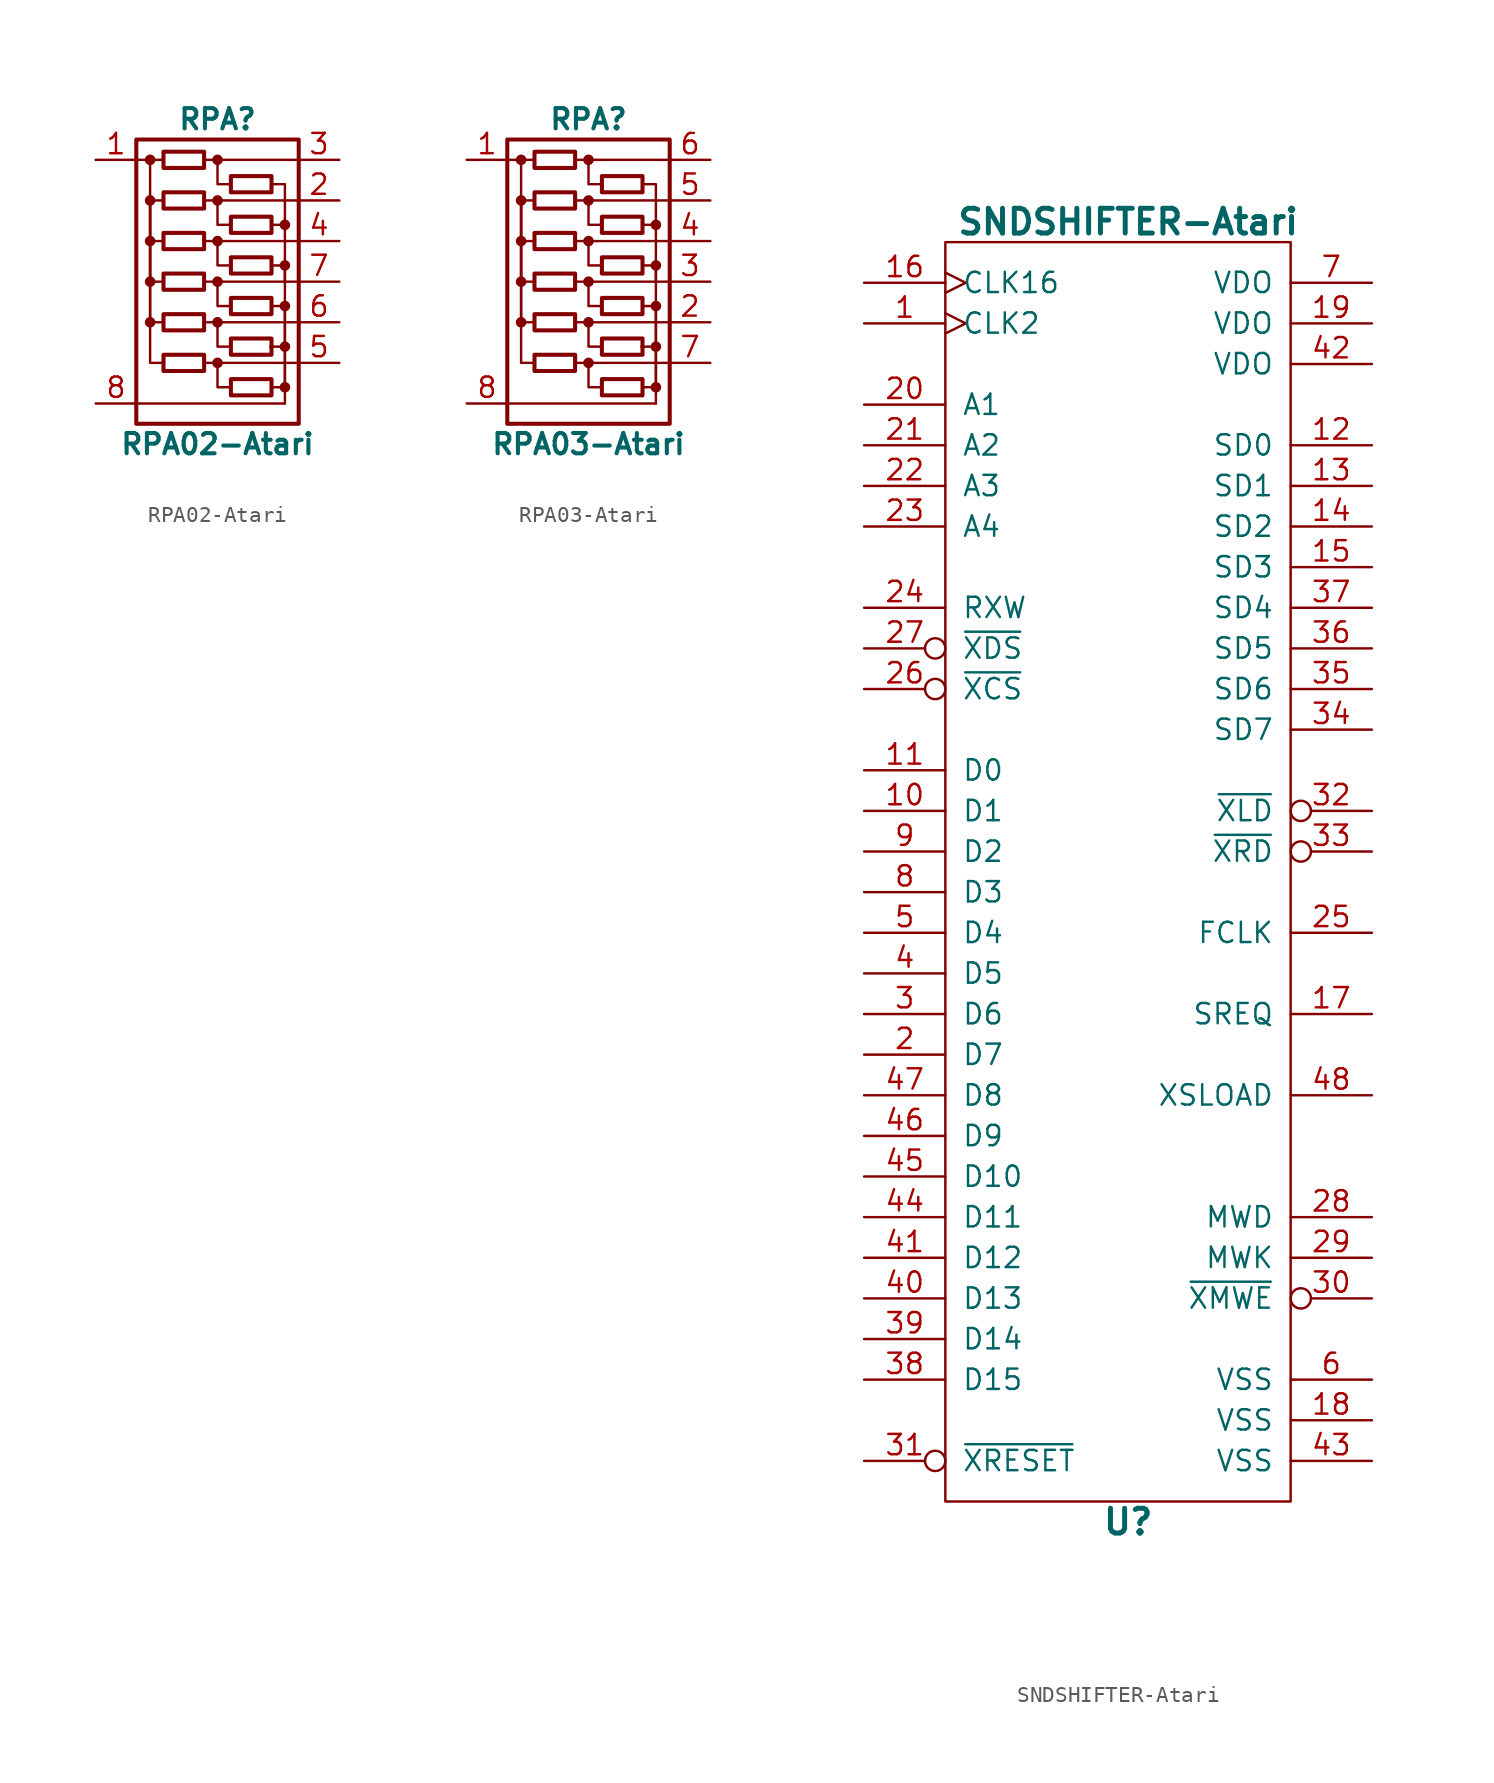
<source format=kicad_sym>
(kicad_symbol_lib
  (version 20231120)
  (generator "kicad_symbol_editor")
  (generator_version "8.0")
  (symbol "RPA02-Atari"
    (pin_names
      (offset 0) hide)
    (property "Reference" "RPA"
      (at 0 10.16 0)
      (effects (font (size 1.27 1.27) (bold yes))))
    (property "Value" "RPA02-Atari"
      (at 0 -10.16 0)
      (effects (font (size 1.27 1.27) (bold yes))))
    (symbol "RPA02-Atari_1_1"
      (circle (center -4.216 -2.54) (radius 0.254) (stroke (width 0) (type solid)) (fill (type outline)))
      (circle (center -4.216 0) (radius 0.254) (stroke (width 0) (type solid)) (fill (type outline)))
      (circle (center -4.216 2.54) (radius 0.254) (stroke (width 0) (type solid)) (fill (type outline)))
      (circle (center -4.216 5.08) (radius 0.254) (stroke (width 0) (type solid)) (fill (type outline)))
      (circle (center -4.216 7.62) (radius 0.254) (stroke (width 0) (type solid)) (fill (type outline)))
      (rectangle (start -3.378 -4.572) (end -0.838 -5.588) (stroke (width 0.254) (type solid)) (fill (type none)))
      (rectangle (start -3.378 -2.032) (end -0.838 -3.048) (stroke (width 0.254) (type solid)) (fill (type none)))
      (rectangle (start -3.378 0.508) (end -0.838 -0.508) (stroke (width 0.254) (type solid)) (fill (type none)))
      (rectangle (start -3.378 3.048) (end -0.838 2.032) (stroke (width 0.254) (type solid)) (fill (type none)))
      (rectangle (start -3.378 5.588) (end -0.838 4.572) (stroke (width 0.254) (type solid)) (fill (type none)))
      (rectangle (start -3.378 8.128) (end -0.838 7.112) (stroke (width 0.254) (type solid)) (fill (type none)))
      (circle (center 0 -5.08) (radius 0.254) (stroke (width 0) (type solid)) (fill (type outline)))
      (circle (center 0 -2.54) (radius 0.254) (stroke (width 0) (type solid)) (fill (type outline)))
      (polyline (pts (xy -5.08 7.62) (xy -3.378 7.62)) (stroke (width 0) (type solid)) (fill (type none)))
      (polyline (pts (xy 3.302 -4.064) (xy 4.318 -4.064)) (stroke (width 0) (type solid)) (fill (type none)))
      (polyline (pts (xy 3.404 3.556) (xy 4.166 3.556)) (stroke (width 0) (type solid)) (fill (type none)))
      (polyline (pts (xy 4.216 -7.62) (xy -5.08 -7.62)) (stroke (width 0) (type solid)) (fill (type none)))
      (polyline (pts (xy 5.08 -5.08) (xy -0.838 -5.08)) (stroke (width 0) (type solid)) (fill (type none)))
      (polyline (pts (xy 5.08 -2.54) (xy -0.838 -2.54)) (stroke (width 0) (type solid)) (fill (type none)))
      (polyline (pts (xy 5.08 0) (xy -0.838 0)) (stroke (width 0) (type solid)) (fill (type none)))
      (polyline (pts (xy 5.08 2.54) (xy -0.838 2.54)) (stroke (width 0) (type solid)) (fill (type none)))
      (polyline (pts (xy 5.08 5.08) (xy -0.838 5.08)) (stroke (width 0) (type solid)) (fill (type none)))
      (polyline (pts (xy 5.08 7.62) (xy -0.838 7.62)) (stroke (width 0) (type solid)) (fill (type none)))
      (polyline (pts (xy -4.216 0) (xy -4.216 -5.08) (xy -3.378 -5.08)) (stroke (width 0) (type solid)) (fill (type none)))
      (polyline (pts (xy -4.216 0) (xy -4.216 5.08) (xy -3.378 5.08)) (stroke (width 0) (type solid)) (fill (type none)))
      (polyline (pts (xy -4.216 2.54) (xy -4.216 -2.54) (xy -3.378 -2.54)) (stroke (width 0) (type solid)) (fill (type none)))
      (polyline (pts (xy -4.216 5.08) (xy -4.216 0) (xy -3.378 0)) (stroke (width 0) (type solid)) (fill (type none)))
      (polyline (pts (xy -4.216 7.62) (xy -4.216 2.54) (xy -3.378 2.54)) (stroke (width 0) (type solid)) (fill (type none)))
      (polyline (pts (xy 0 -5.08) (xy 0 -6.604) (xy 0.838 -6.604)) (stroke (width 0) (type solid)) (fill (type none)))
      (polyline (pts (xy 0 -2.54) (xy 0 -4.064) (xy 0.838 -4.064)) (stroke (width 0) (type solid)) (fill (type none)))
      (polyline (pts (xy 0 0) (xy 0 -1.524) (xy 0.838 -1.524)) (stroke (width 0) (type solid)) (fill (type none)))
      (polyline (pts (xy 0 2.54) (xy 0 1.016) (xy 0.838 1.016)) (stroke (width 0) (type solid)) (fill (type none)))
      (polyline (pts (xy 0 5.08) (xy 0 3.556) (xy 0.838 3.556)) (stroke (width 0) (type solid)) (fill (type none)))
      (polyline (pts (xy 0 7.62) (xy 0 6.096) (xy 0.838 6.096)) (stroke (width 0) (type solid)) (fill (type none)))
      (polyline (pts (xy 3.378 -6.604) (xy 4.216 -6.604) (xy 4.216 4.572)) (stroke (width 0) (type solid)) (fill (type none)))
      (polyline (pts (xy 3.378 -1.524) (xy 4.216 -1.524) (xy 4.216 -7.62)) (stroke (width 0) (type solid)) (fill (type none)))
      (polyline (pts (xy 3.378 1.016) (xy 4.216 1.016) (xy 4.216 0)) (stroke (width 0) (type solid)) (fill (type none)))
      (polyline (pts (xy 3.505 6.096) (xy 4.216 6.096) (xy 4.216 4.623)) (stroke (width 0) (type solid)) (fill (type none)))
      (circle (center 0 0) (radius 0.254) (stroke (width 0) (type solid)) (fill (type outline)))
      (circle (center 0 2.54) (radius 0.254) (stroke (width 0) (type solid)) (fill (type outline)))
      (circle (center 0 5.08) (radius 0.254) (stroke (width 0) (type solid)) (fill (type outline)))
      (circle (center 0 7.62) (radius 0.254) (stroke (width 0) (type solid)) (fill (type outline)))
      (rectangle (start 3.378 -6.096) (end 0.838 -7.112) (stroke (width 0.254) (type solid)) (fill (type none)))
      (rectangle (start 3.378 -3.556) (end 0.838 -4.572) (stroke (width 0.254) (type solid)) (fill (type none)))
      (rectangle (start 3.378 -1.016) (end 0.838 -2.032) (stroke (width 0.254) (type solid)) (fill (type none)))
      (rectangle (start 3.378 1.524) (end 0.838 0.508) (stroke (width 0.254) (type solid)) (fill (type none)))
      (rectangle (start 3.378 4.064) (end 0.838 3.048) (stroke (width 0.254) (type solid)) (fill (type none)))
      (rectangle (start 3.378 6.604) (end 0.838 5.588) (stroke (width 0.254) (type solid)) (fill (type none)))
      (circle (center 4.216 -6.604) (radius 0.254) (stroke (width 0) (type solid)) (fill (type outline)))
      (circle (center 4.216 -4.064) (radius 0.254) (stroke (width 0) (type solid)) (fill (type outline)))
      (circle (center 4.216 -1.524) (radius 0.254) (stroke (width 0) (type solid)) (fill (type outline)))
      (circle (center 4.216 1.016) (radius 0.254) (stroke (width 0) (type solid)) (fill (type outline)))
      (circle (center 4.216 3.556) (radius 0.254) (stroke (width 0) (type solid)) (fill (type outline)))
      (rectangle (start 5.08 8.89) (end -5.08 -8.89) (stroke (width 0.254) (type solid)) (fill (type none)))
      (pin passive line (at -7.62 7.62 0) (length 2.54) (name "COM1" (effects (font (size 1.27 1.27)))) (number "1" (effects (font (size 1.27 1.27)))))
      (pin passive line (at 7.62 5.08 180) (length 2.54) (name "R1" (effects (font (size 1.27 1.27)))) (number "2" (effects (font (size 1.27 1.27)))))
      (pin passive line (at 7.62 7.62 180) (length 2.54) (name "R2" (effects (font (size 1.27 1.27)))) (number "3" (effects (font (size 1.27 1.27)))))
      (pin passive line (at 7.62 2.54 180) (length 2.54) (name "R3" (effects (font (size 1.27 1.27)))) (number "4" (effects (font (size 1.27 1.27)))))
      (pin passive line (at 7.62 -5.08 180) (length 2.54) (name "R4" (effects (font (size 1.27 1.27)))) (number "5" (effects (font (size 1.27 1.27)))))
      (pin passive line (at 7.62 -2.54 180) (length 2.54) (name "R5" (effects (font (size 1.27 1.27)))) (number "6" (effects (font (size 1.27 1.27)))))
      (pin passive line (at 7.62 0 180) (length 2.54) (name "R6" (effects (font (size 1.27 1.27)))) (number "7" (effects (font (size 1.27 1.27)))))
      (pin passive line (at -7.62 -7.62 0) (length 2.54) (name "COM2" (effects (font (size 1.27 1.27)))) (number "8" (effects (font (size 1.27 1.27)))))))
  (symbol "RPA03-Atari"
    (pin_names
      (offset 0) hide)
    (property "Reference" "RPA"
      (at 0 10.16 0)
      (effects (font (size 1.27 1.27) (bold yes))))
    (property "Value" "RPA03-Atari"
      (at 0 -10.16 0)
      (effects (font (size 1.27 1.27) (bold yes))))
    (symbol "RPA03-Atari_1_1"
      (circle (center -4.216 -2.54) (radius 0.254) (stroke (width 0) (type solid)) (fill (type outline)))
      (circle (center -4.216 0) (radius 0.254) (stroke (width 0) (type solid)) (fill (type outline)))
      (circle (center -4.216 2.54) (radius 0.254) (stroke (width 0) (type solid)) (fill (type outline)))
      (circle (center -4.216 5.08) (radius 0.254) (stroke (width 0) (type solid)) (fill (type outline)))
      (circle (center -4.216 7.62) (radius 0.254) (stroke (width 0) (type solid)) (fill (type outline)))
      (rectangle (start -3.378 -4.572) (end -0.838 -5.588) (stroke (width 0.254) (type solid)) (fill (type none)))
      (rectangle (start -3.378 -2.032) (end -0.838 -3.048) (stroke (width 0.254) (type solid)) (fill (type none)))
      (rectangle (start -3.378 0.508) (end -0.838 -0.508) (stroke (width 0.254) (type solid)) (fill (type none)))
      (rectangle (start -3.378 3.048) (end -0.838 2.032) (stroke (width 0.254) (type solid)) (fill (type none)))
      (rectangle (start -3.378 5.588) (end -0.838 4.572) (stroke (width 0.254) (type solid)) (fill (type none)))
      (rectangle (start -3.378 8.128) (end -0.838 7.112) (stroke (width 0.254) (type solid)) (fill (type none)))
      (circle (center 0 -5.08) (radius 0.254) (stroke (width 0) (type solid)) (fill (type outline)))
      (circle (center 0 -2.54) (radius 0.254) (stroke (width 0) (type solid)) (fill (type outline)))
      (polyline (pts (xy -5.08 7.62) (xy -3.378 7.62)) (stroke (width 0) (type solid)) (fill (type none)))
      (polyline (pts (xy 3.302 -4.064) (xy 4.318 -4.064)) (stroke (width 0) (type solid)) (fill (type none)))
      (polyline (pts (xy 3.404 3.556) (xy 4.166 3.556)) (stroke (width 0) (type solid)) (fill (type none)))
      (polyline (pts (xy 4.216 -7.62) (xy -5.08 -7.62)) (stroke (width 0) (type solid)) (fill (type none)))
      (polyline (pts (xy 5.08 -5.08) (xy -0.838 -5.08)) (stroke (width 0) (type solid)) (fill (type none)))
      (polyline (pts (xy 5.08 -2.54) (xy -0.838 -2.54)) (stroke (width 0) (type solid)) (fill (type none)))
      (polyline (pts (xy 5.08 0) (xy -0.838 0)) (stroke (width 0) (type solid)) (fill (type none)))
      (polyline (pts (xy 5.08 2.54) (xy -0.838 2.54)) (stroke (width 0) (type solid)) (fill (type none)))
      (polyline (pts (xy 5.08 5.08) (xy -0.838 5.08)) (stroke (width 0) (type solid)) (fill (type none)))
      (polyline (pts (xy 5.08 7.62) (xy -0.838 7.62)) (stroke (width 0) (type solid)) (fill (type none)))
      (polyline (pts (xy -4.216 0) (xy -4.216 -5.08) (xy -3.378 -5.08)) (stroke (width 0) (type solid)) (fill (type none)))
      (polyline (pts (xy -4.216 0) (xy -4.216 5.08) (xy -3.378 5.08)) (stroke (width 0) (type solid)) (fill (type none)))
      (polyline (pts (xy -4.216 2.54) (xy -4.216 -2.54) (xy -3.378 -2.54)) (stroke (width 0) (type solid)) (fill (type none)))
      (polyline (pts (xy -4.216 5.08) (xy -4.216 0) (xy -3.378 0)) (stroke (width 0) (type solid)) (fill (type none)))
      (polyline (pts (xy -4.216 7.62) (xy -4.216 2.54) (xy -3.378 2.54)) (stroke (width 0) (type solid)) (fill (type none)))
      (polyline (pts (xy 0 -5.08) (xy 0 -6.604) (xy 0.838 -6.604)) (stroke (width 0) (type solid)) (fill (type none)))
      (polyline (pts (xy 0 -2.54) (xy 0 -4.064) (xy 0.838 -4.064)) (stroke (width 0) (type solid)) (fill (type none)))
      (polyline (pts (xy 0 0) (xy 0 -1.524) (xy 0.838 -1.524)) (stroke (width 0) (type solid)) (fill (type none)))
      (polyline (pts (xy 0 2.54) (xy 0 1.016) (xy 0.838 1.016)) (stroke (width 0) (type solid)) (fill (type none)))
      (polyline (pts (xy 0 5.08) (xy 0 3.556) (xy 0.838 3.556)) (stroke (width 0) (type solid)) (fill (type none)))
      (polyline (pts (xy 0 7.62) (xy 0 6.096) (xy 0.838 6.096)) (stroke (width 0) (type solid)) (fill (type none)))
      (polyline (pts (xy 3.378 -6.604) (xy 4.216 -6.604) (xy 4.216 4.572)) (stroke (width 0) (type solid)) (fill (type none)))
      (polyline (pts (xy 3.378 -1.524) (xy 4.216 -1.524) (xy 4.216 -7.62)) (stroke (width 0) (type solid)) (fill (type none)))
      (polyline (pts (xy 3.378 1.016) (xy 4.216 1.016) (xy 4.216 0)) (stroke (width 0) (type solid)) (fill (type none)))
      (polyline (pts (xy 3.505 6.096) (xy 4.216 6.096) (xy 4.216 4.623)) (stroke (width 0) (type solid)) (fill (type none)))
      (circle (center 0 0) (radius 0.254) (stroke (width 0) (type solid)) (fill (type outline)))
      (circle (center 0 2.54) (radius 0.254) (stroke (width 0) (type solid)) (fill (type outline)))
      (circle (center 0 5.08) (radius 0.254) (stroke (width 0) (type solid)) (fill (type outline)))
      (circle (center 0 7.62) (radius 0.254) (stroke (width 0) (type solid)) (fill (type outline)))
      (rectangle (start 3.378 -6.096) (end 0.838 -7.112) (stroke (width 0.254) (type solid)) (fill (type none)))
      (rectangle (start 3.378 -3.556) (end 0.838 -4.572) (stroke (width 0.254) (type solid)) (fill (type none)))
      (rectangle (start 3.378 -1.016) (end 0.838 -2.032) (stroke (width 0.254) (type solid)) (fill (type none)))
      (rectangle (start 3.378 1.524) (end 0.838 0.508) (stroke (width 0.254) (type solid)) (fill (type none)))
      (rectangle (start 3.378 4.064) (end 0.838 3.048) (stroke (width 0.254) (type solid)) (fill (type none)))
      (rectangle (start 3.378 6.604) (end 0.838 5.588) (stroke (width 0.254) (type solid)) (fill (type none)))
      (circle (center 4.216 -6.604) (radius 0.254) (stroke (width 0) (type solid)) (fill (type outline)))
      (circle (center 4.216 -4.064) (radius 0.254) (stroke (width 0) (type solid)) (fill (type outline)))
      (circle (center 4.216 -1.524) (radius 0.254) (stroke (width 0) (type solid)) (fill (type outline)))
      (circle (center 4.216 1.016) (radius 0.254) (stroke (width 0) (type solid)) (fill (type outline)))
      (circle (center 4.216 3.556) (radius 0.254) (stroke (width 0) (type solid)) (fill (type outline)))
      (rectangle (start 5.08 8.89) (end -5.08 -8.89) (stroke (width 0.254) (type solid)) (fill (type none)))
      (pin passive line (at -7.62 7.62 0) (length 2.54) (name "COM1" (effects (font (size 1.27 1.27)))) (number "1" (effects (font (size 1.27 1.27)))))
      (pin passive line (at 7.62 -2.54 180) (length 2.54) (name "R1" (effects (font (size 1.27 1.27)))) (number "2" (effects (font (size 1.27 1.27)))))
      (pin passive line (at 7.62 0 180) (length 2.54) (name "R2" (effects (font (size 1.27 1.27)))) (number "3" (effects (font (size 1.27 1.27)))))
      (pin passive line (at 7.62 2.54 180) (length 2.54) (name "R3" (effects (font (size 1.27 1.27)))) (number "4" (effects (font (size 1.27 1.27)))))
      (pin passive line (at 7.62 5.08 180) (length 2.54) (name "R4" (effects (font (size 1.27 1.27)))) (number "5" (effects (font (size 1.27 1.27)))))
      (pin passive line (at 7.62 7.62 180) (length 2.54) (name "R5" (effects (font (size 1.27 1.27)))) (number "6" (effects (font (size 1.27 1.27)))))
      (pin passive line (at 7.62 -5.08 180) (length 2.54) (name "R6" (effects (font (size 1.27 1.27)))) (number "7" (effects (font (size 1.27 1.27)))))
      (pin passive line (at -7.62 -7.62 0) (length 2.54) (name "COM2" (effects (font (size 1.27 1.27)))) (number "8" (effects (font (size 1.27 1.27)))))))
  (symbol "SNDSHIFTER-Atari"
    (pin_names
      (offset 1.016))
    (property "Reference" "U"
      (at 0 -45.72 0)
      (effects (font (size 1.549 1.549) (bold yes))))
    (property "Value" "SNDSHIFTER-Atari"
      (at 0 35.56 0)
      (effects (font (size 1.549 1.549) (bold yes))))
    (symbol "SNDSHIFTER-Atari_0_1"
      (rectangle (start 10.16 -44.45) (end -11.43 34.29) (stroke (width 0) (type solid)) (fill (type none))))
    (symbol "SNDSHIFTER-Atari_1_1"
      (pin input clock (at -16.51 29.21 0) (length 5.08) (name "CLK2" (effects (font (size 1.27 1.27)))) (number "1" (effects (font (size 1.27 1.27)))))
      (pin bidirectional line (at -16.51 -1.27 0) (length 5.08) (name "D1" (effects (font (size 1.27 1.27)))) (number "10" (effects (font (size 1.27 1.27)))))
      (pin bidirectional line (at -16.51 1.27 0) (length 5.08) (name "D0" (effects (font (size 1.27 1.27)))) (number "11" (effects (font (size 1.27 1.27)))))
      (pin bidirectional line (at 15.24 21.59 180) (length 5.08) (name "SD0" (effects (font (size 1.27 1.27)))) (number "12" (effects (font (size 1.27 1.27)))))
      (pin bidirectional line (at 15.24 19.05 180) (length 5.08) (name "SD1" (effects (font (size 1.27 1.27)))) (number "13" (effects (font (size 1.27 1.27)))))
      (pin bidirectional line (at 15.24 16.51 180) (length 5.08) (name "SD2" (effects (font (size 1.27 1.27)))) (number "14" (effects (font (size 1.27 1.27)))))
      (pin bidirectional line (at 15.24 13.97 180) (length 5.08) (name "SD3" (effects (font (size 1.27 1.27)))) (number "15" (effects (font (size 1.27 1.27)))))
      (pin input clock (at -16.51 31.75 0) (length 5.08) (name "CLK16" (effects (font (size 1.27 1.27)))) (number "16" (effects (font (size 1.27 1.27)))))
      (pin input line (at 15.24 -13.97 180) (length 5.08) (name "SREQ" (effects (font (size 1.27 1.27)))) (number "17" (effects (font (size 1.27 1.27)))))
      (pin power_in line (at 15.24 -39.37 180) (length 5.08) (name "VSS" (effects (font (size 1.27 1.27)))) (number "18" (effects (font (size 1.27 1.27)))))
      (pin input line (at 15.24 29.21 180) (length 5.08) (name "VDO" (effects (font (size 1.27 1.27)))) (number "19" (effects (font (size 1.27 1.27)))))
      (pin bidirectional line (at -16.51 -16.51 0) (length 5.08) (name "D7" (effects (font (size 1.27 1.27)))) (number "2" (effects (font (size 1.27 1.27)))))
      (pin input line (at -16.51 24.13 0) (length 5.08) (name "A1" (effects (font (size 1.27 1.27)))) (number "20" (effects (font (size 1.27 1.27)))))
      (pin input line (at -16.51 21.59 0) (length 5.08) (name "A2" (effects (font (size 1.27 1.27)))) (number "21" (effects (font (size 1.27 1.27)))))
      (pin input line (at -16.51 19.05 0) (length 5.08) (name "A3" (effects (font (size 1.27 1.27)))) (number "22" (effects (font (size 1.27 1.27)))))
      (pin input line (at -16.51 16.51 0) (length 5.08) (name "A4" (effects (font (size 1.27 1.27)))) (number "23" (effects (font (size 1.27 1.27)))))
      (pin input line (at -16.51 11.43 0) (length 5.08) (name "RXW" (effects (font (size 1.27 1.27)))) (number "24" (effects (font (size 1.27 1.27)))))
      (pin input line (at 15.24 -8.89 180) (length 5.08) (name "FCLK" (effects (font (size 1.27 1.27)))) (number "25" (effects (font (size 1.27 1.27)))))
      (pin input inverted (at -16.51 6.35 0) (length 5.08) (name "~{XCS}" (effects (font (size 1.27 1.27)))) (number "26" (effects (font (size 1.27 1.27)))))
      (pin input inverted (at -16.51 8.89 0) (length 5.08) (name "~{XDS}" (effects (font (size 1.27 1.27)))) (number "27" (effects (font (size 1.27 1.27)))))
      (pin bidirectional line (at 15.24 -26.67 180) (length 5.08) (name "MWD" (effects (font (size 1.27 1.27)))) (number "28" (effects (font (size 1.27 1.27)))))
      (pin bidirectional line (at 15.24 -29.21 180) (length 5.08) (name "MWK" (effects (font (size 1.27 1.27)))) (number "29" (effects (font (size 1.27 1.27)))))
      (pin bidirectional line (at -16.51 -13.97 0) (length 5.08) (name "D6" (effects (font (size 1.27 1.27)))) (number "3" (effects (font (size 1.27 1.27)))))
      (pin bidirectional inverted (at 15.24 -31.75 180) (length 5.08) (name "~{XMWE}" (effects (font (size 1.27 1.27)))) (number "30" (effects (font (size 1.27 1.27)))))
      (pin input inverted (at -16.51 -41.91 0) (length 5.08) (name "~{XRESET}" (effects (font (size 1.27 1.27)))) (number "31" (effects (font (size 1.27 1.27)))))
      (pin output inverted (at 15.24 -1.27 180) (length 5.08) (name "~{XLD}" (effects (font (size 1.27 1.27)))) (number "32" (effects (font (size 1.27 1.27)))))
      (pin output inverted (at 15.24 -3.81 180) (length 5.08) (name "~{XRD}" (effects (font (size 1.27 1.27)))) (number "33" (effects (font (size 1.27 1.27)))))
      (pin bidirectional line (at 15.24 3.81 180) (length 5.08) (name "SD7" (effects (font (size 1.27 1.27)))) (number "34" (effects (font (size 1.27 1.27)))))
      (pin bidirectional line (at 15.24 6.35 180) (length 5.08) (name "SD6" (effects (font (size 1.27 1.27)))) (number "35" (effects (font (size 1.27 1.27)))))
      (pin bidirectional line (at 15.24 8.89 180) (length 5.08) (name "SD5" (effects (font (size 1.27 1.27)))) (number "36" (effects (font (size 1.27 1.27)))))
      (pin bidirectional line (at 15.24 11.43 180) (length 5.08) (name "SD4" (effects (font (size 1.27 1.27)))) (number "37" (effects (font (size 1.27 1.27)))))
      (pin bidirectional line (at -16.51 -36.83 0) (length 5.08) (name "D15" (effects (font (size 1.27 1.27)))) (number "38" (effects (font (size 1.27 1.27)))))
      (pin bidirectional line (at -16.51 -34.29 0) (length 5.08) (name "D14" (effects (font (size 1.27 1.27)))) (number "39" (effects (font (size 1.27 1.27)))))
      (pin bidirectional line (at -16.51 -11.43 0) (length 5.08) (name "D5" (effects (font (size 1.27 1.27)))) (number "4" (effects (font (size 1.27 1.27)))))
      (pin bidirectional line (at -16.51 -31.75 0) (length 5.08) (name "D13" (effects (font (size 1.27 1.27)))) (number "40" (effects (font (size 1.27 1.27)))))
      (pin bidirectional line (at -16.51 -29.21 0) (length 5.08) (name "D12" (effects (font (size 1.27 1.27)))) (number "41" (effects (font (size 1.27 1.27)))))
      (pin input line (at 15.24 26.67 180) (length 5.08) (name "VDO" (effects (font (size 1.27 1.27)))) (number "42" (effects (font (size 1.27 1.27)))))
      (pin power_in line (at 15.24 -41.91 180) (length 5.08) (name "VSS" (effects (font (size 1.27 1.27)))) (number "43" (effects (font (size 1.27 1.27)))))
      (pin bidirectional line (at -16.51 -26.67 0) (length 5.08) (name "D11" (effects (font (size 1.27 1.27)))) (number "44" (effects (font (size 1.27 1.27)))))
      (pin bidirectional line (at -16.51 -24.13 0) (length 5.08) (name "D10" (effects (font (size 1.27 1.27)))) (number "45" (effects (font (size 1.27 1.27)))))
      (pin bidirectional line (at -16.51 -21.59 0) (length 5.08) (name "D9" (effects (font (size 1.27 1.27)))) (number "46" (effects (font (size 1.27 1.27)))))
      (pin bidirectional line (at -16.51 -19.05 0) (length 5.08) (name "D8" (effects (font (size 1.27 1.27)))) (number "47" (effects (font (size 1.27 1.27)))))
      (pin input line (at 15.24 -19.05 180) (length 5.08) (name "XSLOAD" (effects (font (size 1.27 1.27)))) (number "48" (effects (font (size 1.27 1.27)))))
      (pin bidirectional line (at -16.51 -8.89 0) (length 5.08) (name "D4" (effects (font (size 1.27 1.27)))) (number "5" (effects (font (size 1.27 1.27)))))
      (pin power_in line (at 15.24 -36.83 180) (length 5.08) (name "VSS" (effects (font (size 1.27 1.27)))) (number "6" (effects (font (size 1.27 1.27)))))
      (pin power_in line (at 15.24 31.75 180) (length 5.08) (name "VDO" (effects (font (size 1.27 1.27)))) (number "7" (effects (font (size 1.27 1.27)))))
      (pin bidirectional line (at -16.51 -6.35 0) (length 5.08) (name "D3" (effects (font (size 1.27 1.27)))) (number "8" (effects (font (size 1.27 1.27)))))
      (pin bidirectional line (at -16.51 -3.81 0) (length 5.08) (name "D2" (effects (font (size 1.27 1.27)))) (number "9" (effects (font (size 1.27 1.27))))))))
</source>
